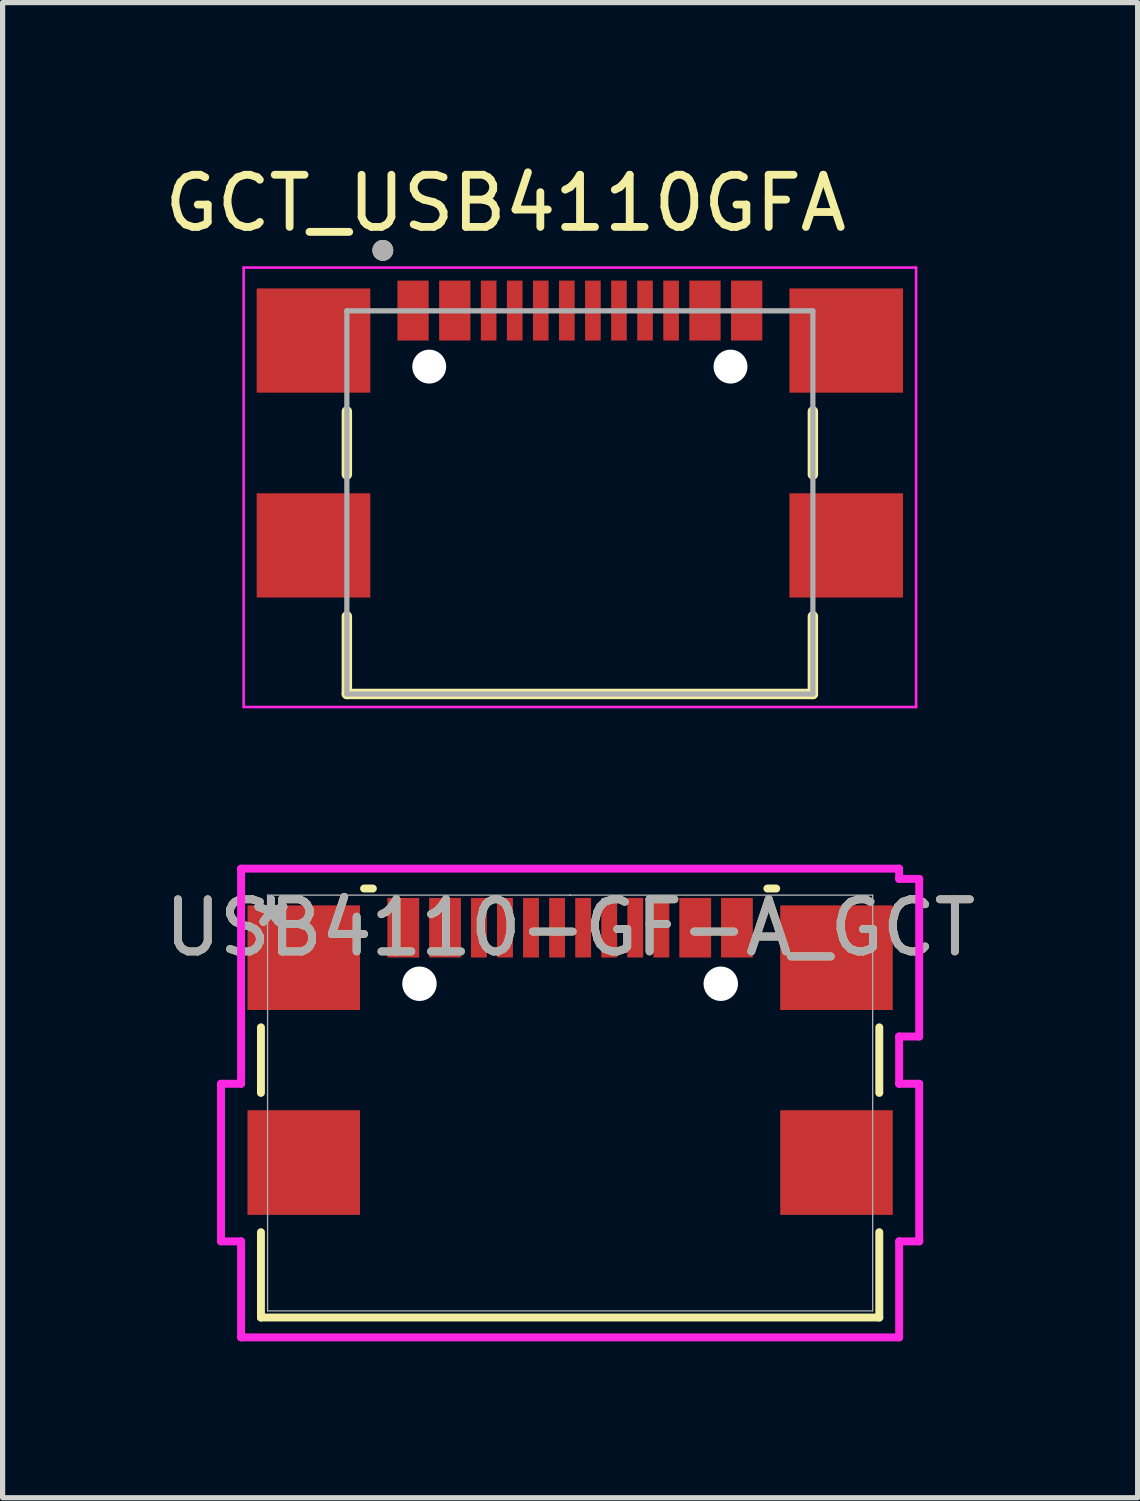
<source format=kicad_pcb>
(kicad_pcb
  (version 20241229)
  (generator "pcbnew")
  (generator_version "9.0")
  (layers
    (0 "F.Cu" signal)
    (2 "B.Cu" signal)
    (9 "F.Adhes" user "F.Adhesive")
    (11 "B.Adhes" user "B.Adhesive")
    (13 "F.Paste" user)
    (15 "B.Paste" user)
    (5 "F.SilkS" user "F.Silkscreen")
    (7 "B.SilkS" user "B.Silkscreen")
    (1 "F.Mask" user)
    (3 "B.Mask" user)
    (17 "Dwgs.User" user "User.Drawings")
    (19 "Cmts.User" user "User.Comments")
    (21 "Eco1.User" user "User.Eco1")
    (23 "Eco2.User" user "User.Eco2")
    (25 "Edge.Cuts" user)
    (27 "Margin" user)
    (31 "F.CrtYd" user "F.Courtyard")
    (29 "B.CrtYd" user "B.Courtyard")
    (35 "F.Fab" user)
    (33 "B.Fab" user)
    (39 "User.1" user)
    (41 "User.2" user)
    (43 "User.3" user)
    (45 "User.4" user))
  (footprint "GCT_USB4110GFA"
    (layer "F.Cu")
    (at 8.074 3.983)
    (property "Reference" "GCT_USB4110GFA" (at -1.425 -3.135 0) (layer "F.SilkS") (effects (font (size 1 1) (thickness 0.15))))
    (attr smd)
    (fp_line (start -4.47 0.86) (end -4.47 2.07) (stroke (width 0.2) (type solid)) (layer "F.SilkS"))
    (fp_line (start -4.47 4.79) (end -4.47 6.28) (stroke (width 0.2) (type solid)) (layer "F.SilkS"))
    (fp_line (start -4.47 6.28) (end 4.47 6.28) (stroke (width 0.2) (type solid)) (layer "F.SilkS"))
    (fp_line (start 4.47 0.86) (end 4.47 2.07) (stroke (width 0.2) (type solid)) (layer "F.SilkS"))
    (fp_line (start 4.47 6.28) (end 4.47 4.79) (stroke (width 0.2) (type solid)) (layer "F.SilkS"))
    (fp_circle (center -3.78 -2.23) (end -3.68 -2.23) (stroke (width 0.2) (type solid)) (fill no) (layer "F.SilkS"))
    (fp_line (start -6.45 -1.9) (end 6.45 -1.9) (stroke (width 0.05) (type solid)) (layer "F.CrtYd"))
    (fp_line (start -6.45 6.53) (end -6.45 -1.9) (stroke (width 0.05) (type solid)) (layer "F.CrtYd"))
    (fp_line (start 6.45 -1.9) (end 6.45 6.53) (stroke (width 0.05) (type solid)) (layer "F.CrtYd"))
    (fp_line (start 6.45 6.53) (end -6.45 6.53) (stroke (width 0.05) (type solid)) (layer "F.CrtYd"))
    (fp_line (start -4.47 -1.07) (end -4.47 6.28) (stroke (width 0.1) (type solid)) (layer "F.Fab"))
    (fp_line (start -4.47 6.28) (end 4.47 6.28) (stroke (width 0.1) (type solid)) (layer "F.Fab"))
    (fp_line (start 4.47 -1.07) (end -4.47 -1.07) (stroke (width 0.1) (type solid)) (layer "F.Fab"))
    (fp_line (start 4.47 6.28) (end 4.47 -1.07) (stroke (width 0.1) (type solid)) (layer "F.Fab"))
    (fp_circle (center -3.78 -2.23) (end -3.68 -2.23) (stroke (width 0.2) (type solid)) (fill no) (layer "F.Fab"))
    (pad "" np_thru_hole circle (at -2.89 0) (size 0.65 0.65) (drill 0.65) (layers "*.Cu" "*.Mask"))
    (pad "" np_thru_hole circle (at 2.89 0) (size 0.65 0.65) (drill 0.65) (layers "*.Cu" "*.Mask"))
    (pad "A1/B12" smd rect (at -3.2 -1.075) (size 0.6 1.15) (layers "F.Cu" "F.Mask" "F.Paste"))
    (pad "A4/B9" smd rect (at -2.4 -1.075) (size 0.6 1.15) (layers "F.Cu" "F.Mask" "F.Paste"))
    (pad "A5" smd rect (at -1.25 -1.075) (size 0.3 1.15) (layers "F.Cu" "F.Mask" "F.Paste"))
    (pad "A6" smd rect (at -0.25 -1.075) (size 0.3 1.15) (layers "F.Cu" "F.Mask" "F.Paste"))
    (pad "A7" smd rect (at 0.25 -1.075) (size 0.3 1.15) (layers "F.Cu" "F.Mask" "F.Paste"))
    (pad "A8" smd rect (at 1.25 -1.075) (size 0.3 1.15) (layers "F.Cu" "F.Mask" "F.Paste"))
    (pad "B1/A12" smd rect (at 3.2 -1.075) (size 0.6 1.15) (layers "F.Cu" "F.Mask" "F.Paste"))
    (pad "B4/A9" smd rect (at 2.4 -1.075) (size 0.6 1.15) (layers "F.Cu" "F.Mask" "F.Paste"))
    (pad "B5" smd rect (at 1.75 -1.075) (size 0.3 1.15) (layers "F.Cu" "F.Mask" "F.Paste"))
    (pad "B6" smd rect (at 0.75 -1.075) (size 0.3 1.15) (layers "F.Cu" "F.Mask" "F.Paste"))
    (pad "B7" smd rect (at -0.75 -1.075) (size 0.3 1.15) (layers "F.Cu" "F.Mask" "F.Paste"))
    (pad "B8" smd rect (at -1.75 -1.075) (size 0.3 1.15) (layers "F.Cu" "F.Mask" "F.Paste"))
    (pad "S1" smd rect (at -5.11 -0.5) (size 2.18 2) (layers "F.Cu" "F.Mask" "F.Paste"))
    (pad "S2" smd rect (at 5.11 -0.5) (size 2.18 2) (layers "F.Cu" "F.Mask" "F.Paste"))
    (pad "S3" smd rect (at -5.11 3.43) (size 2.18 2) (layers "F.Cu" "F.Mask" "F.Paste"))
    (pad "S4" smd rect (at 5.11 3.43) (size 2.18 2) (layers "F.Cu" "F.Mask" "F.Paste")))
  (footprint "USB4110-GF-A_GCT"
    (layer "F.Cu")
    (at 7.887 18.11)
    (property "Reference" "USB4110-GF-A_GCT" (at 0 -3.363 0) (unlocked yes) (layer "F.SilkS") (effects (font (size 1 1) (thickness 0.15))))
    (attr smd)
    (fp_line (start -5.931 -1.452) (end -5.931 -0.194) (stroke (width 0.152) (type solid)) (layer "F.SilkS"))
    (fp_line (start -5.931 2.478) (end -5.931 4.115) (stroke (width 0.152) (type solid)) (layer "F.SilkS"))
    (fp_line (start -5.931 4.115) (end 5.931 4.115) (stroke (width 0.152) (type solid)) (layer "F.SilkS"))
    (fp_line (start -3.784 -4.115) (end -3.953 -4.115) (stroke (width 0.152) (type solid)) (layer "F.SilkS"))
    (fp_line (start 3.953 -4.115) (end 3.784 -4.115) (stroke (width 0.152) (type solid)) (layer "F.SilkS"))
    (fp_line (start 5.931 -0.194) (end 5.931 -1.452) (stroke (width 0.152) (type solid)) (layer "F.SilkS"))
    (fp_line (start 5.931 4.115) (end 5.931 2.478) (stroke (width 0.152) (type solid)) (layer "F.SilkS"))
    (fp_line (start -6.697 -0.369) (end -6.697 2.654) (stroke (width 0.152) (type solid)) (layer "F.CrtYd"))
    (fp_line (start -6.697 2.654) (end -6.312 2.654) (stroke (width 0.152) (type solid)) (layer "F.CrtYd"))
    (fp_line (start -6.312 -4.496) (end -6.312 -0.369) (stroke (width 0.152) (type solid)) (layer "F.CrtYd"))
    (fp_line (start -6.312 -0.369) (end -6.697 -0.369) (stroke (width 0.152) (type solid)) (layer "F.CrtYd"))
    (fp_line (start -6.312 2.654) (end -6.312 4.496) (stroke (width 0.152) (type solid)) (layer "F.CrtYd"))
    (fp_line (start -6.312 4.496) (end 6.312 4.496) (stroke (width 0.152) (type solid)) (layer "F.CrtYd"))
    (fp_line (start 6.312 -4.496) (end -6.312 -4.496) (stroke (width 0.152) (type solid)) (layer "F.CrtYd"))
    (fp_line (start 6.312 -4.299) (end 6.312 -4.496) (stroke (width 0.152) (type solid)) (layer "F.CrtYd"))
    (fp_line (start 6.312 -1.276) (end 6.697 -1.276) (stroke (width 0.152) (type solid)) (layer "F.CrtYd"))
    (fp_line (start 6.312 -0.369) (end 6.312 -1.276) (stroke (width 0.152) (type solid)) (layer "F.CrtYd"))
    (fp_line (start 6.312 2.654) (end 6.697 2.654) (stroke (width 0.152) (type solid)) (layer "F.CrtYd"))
    (fp_line (start 6.312 4.496) (end 6.312 2.654) (stroke (width 0.152) (type solid)) (layer "F.CrtYd"))
    (fp_line (start 6.697 -4.299) (end 6.312 -4.299) (stroke (width 0.152) (type solid)) (layer "F.CrtYd"))
    (fp_line (start 6.697 -1.276) (end 6.697 -4.299) (stroke (width 0.152) (type solid)) (layer "F.CrtYd"))
    (fp_line (start 6.697 -0.369) (end 6.312 -0.369) (stroke (width 0.152) (type solid)) (layer "F.CrtYd"))
    (fp_line (start 6.697 2.654) (end 6.697 -0.369) (stroke (width 0.152) (type solid)) (layer "F.CrtYd"))
    (fp_line (start -5.804 -3.988) (end -5.804 3.988) (stroke (width 0.025) (type solid)) (layer "F.Fab"))
    (fp_line (start -5.804 3.988) (end 5.804 3.988) (stroke (width 0.025) (type solid)) (layer "F.Fab"))
    (fp_line (start 0 -3.988) (end 0 -3.988) (stroke (width 0.025) (type solid)) (layer "F.Fab"))
    (fp_line (start 0 -3.988) (end 0 -3.988) (stroke (width 0.025) (type solid)) (layer "F.Fab"))
    (fp_line (start 0 -3.988) (end 0 -3.988) (stroke (width 0.025) (type solid)) (layer "F.Fab"))
    (fp_line (start 0 -3.988) (end 0 -3.988) (stroke (width 0.025) (type solid)) (layer "F.Fab"))
    (fp_line (start 5.804 -3.988) (end -5.804 -3.988) (stroke (width 0.025) (type solid)) (layer "F.Fab"))
    (fp_line (start 5.804 3.988) (end 5.804 -3.988) (stroke (width 0.025) (type solid)) (layer "F.Fab"))
    (fp_text user "*" (at -5.74 -3.363 0) (unlocked yes) (layer "F.SilkS") (effects (font (size 1 1) (thickness 0.15))))
    (fp_text user "*" (at -5.74 -3.363 0) (layer "F.SilkS") (effects (font (size 1 1) (thickness 0.15))))
    (fp_text user "*" (at -5.74 -3.363 0) (unlocked yes) (layer "F.Fab") (effects (font (size 1 1) (thickness 0.15))))
    (fp_text user "${REFERENCE}" (at 0 -3.363 0) (unlocked yes) (layer "F.Fab") (effects (font (size 1 1) (thickness 0.15))))
    (fp_text user "*" (at -5.74 -3.363 0) (layer "F.Fab") (effects (font (size 1 1) (thickness 0.15))))
    (pad "" np_thru_hole circle (at -2.89 -2.288) (size 0.66 0.66) (drill 0.66) (layers "*.Cu" "*.Mask"))
    (pad "" np_thru_hole circle (at 2.89 -2.288) (size 0.66 0.66) (drill 0.66) (layers "*.Cu" "*.Mask"))
    (pad "15" smd rect (at -5.11 -2.788) (size 2.159 2.007) (layers "F.Cu" "F.Mask" "F.Paste"))
    (pad "16" smd rect (at 5.11 -2.788) (size 2.159 2.007) (layers "F.Cu" "F.Mask" "F.Paste"))
    (pad "17" smd rect (at -5.11 1.142) (size 2.159 2.007) (layers "F.Cu" "F.Mask" "F.Paste"))
    (pad "18" smd rect (at 5.11 1.142) (size 2.159 2.007) (layers "F.Cu" "F.Mask" "F.Paste"))
    (pad "A1/B12" smd rect (at -3.2 -3.363) (size 0.61 1.143) (layers "F.Cu" "F.Mask" "F.Paste"))
    (pad "A4/B9" smd rect (at -2.4 -3.363) (size 0.61 1.143) (layers "F.Cu" "F.Mask" "F.Paste"))
    (pad "A5" smd rect (at -1.25 -3.363) (size 0.305 1.143) (layers "F.Cu" "F.Mask" "F.Paste"))
    (pad "A6" smd rect (at -0.25 -3.363) (size 0.305 1.143) (layers "F.Cu" "F.Mask" "F.Paste"))
    (pad "A7" smd rect (at 0.25 -3.363) (size 0.305 1.143) (layers "F.Cu" "F.Mask" "F.Paste"))
    (pad "A8" smd rect (at 1.25 -3.363) (size 0.305 1.143) (layers "F.Cu" "F.Mask" "F.Paste"))
    (pad "A9/B4" smd rect (at 2.4 -3.363) (size 0.61 1.143) (layers "F.Cu" "F.Mask" "F.Paste"))
    (pad "A12/B1" smd rect (at 3.2 -3.363) (size 0.61 1.143) (layers "F.Cu" "F.Mask" "F.Paste"))
    (pad "B5" smd rect (at 1.75 -3.363) (size 0.305 1.143) (layers "F.Cu" "F.Mask" "F.Paste"))
    (pad "B6" smd rect (at 0.75 -3.363) (size 0.305 1.143) (layers "F.Cu" "F.Mask" "F.Paste"))
    (pad "B7" smd rect (at -0.75 -3.363) (size 0.305 1.143) (layers "F.Cu" "F.Mask" "F.Paste"))
    (pad "B8" smd rect (at -1.75 -3.363) (size 0.305 1.143) (layers "F.Cu" "F.Mask" "F.Paste")))
  (gr_rect
    (start -3 -3)
    (end 18.774 25.682)
    (stroke (width 0.1) (type default))
    (fill no)
    (layer "Edge.Cuts")))
</source>
